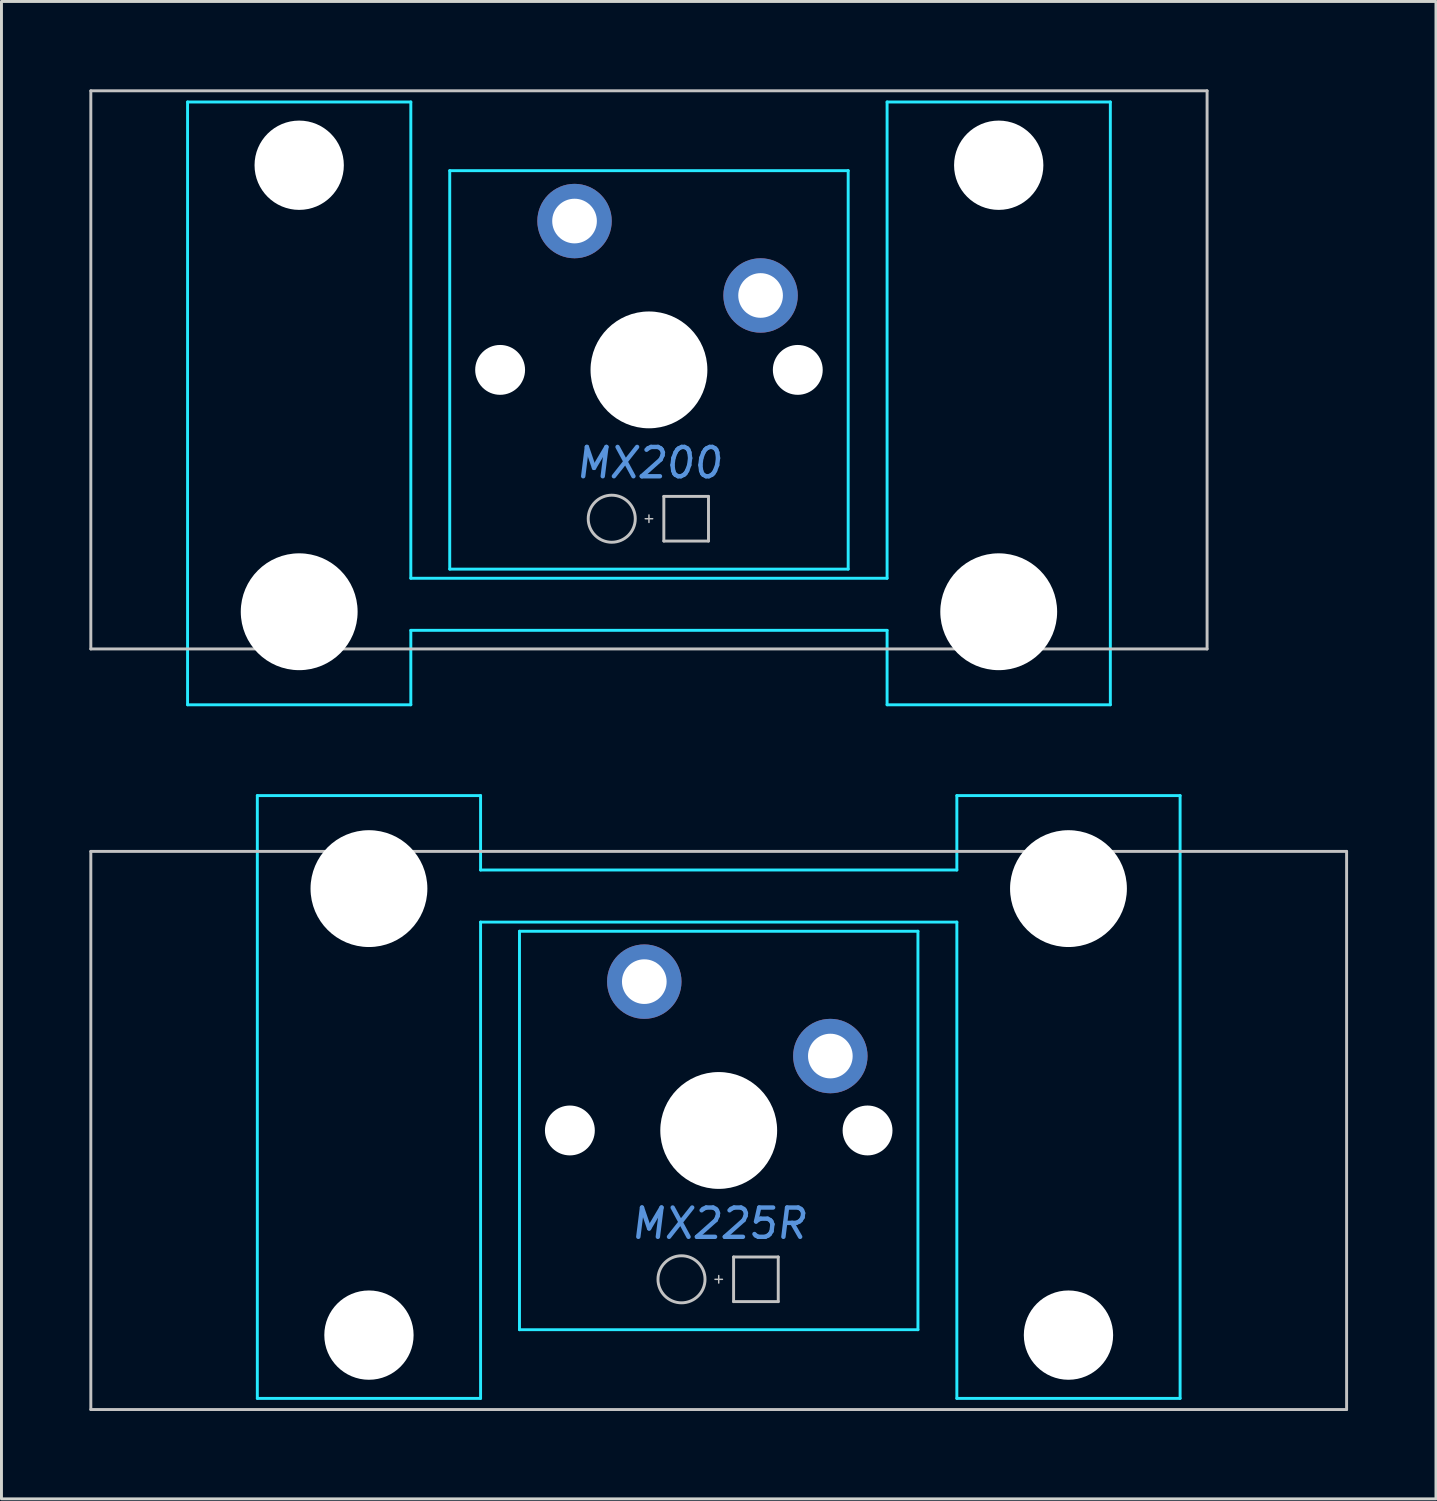
<source format=kicad_pcb>
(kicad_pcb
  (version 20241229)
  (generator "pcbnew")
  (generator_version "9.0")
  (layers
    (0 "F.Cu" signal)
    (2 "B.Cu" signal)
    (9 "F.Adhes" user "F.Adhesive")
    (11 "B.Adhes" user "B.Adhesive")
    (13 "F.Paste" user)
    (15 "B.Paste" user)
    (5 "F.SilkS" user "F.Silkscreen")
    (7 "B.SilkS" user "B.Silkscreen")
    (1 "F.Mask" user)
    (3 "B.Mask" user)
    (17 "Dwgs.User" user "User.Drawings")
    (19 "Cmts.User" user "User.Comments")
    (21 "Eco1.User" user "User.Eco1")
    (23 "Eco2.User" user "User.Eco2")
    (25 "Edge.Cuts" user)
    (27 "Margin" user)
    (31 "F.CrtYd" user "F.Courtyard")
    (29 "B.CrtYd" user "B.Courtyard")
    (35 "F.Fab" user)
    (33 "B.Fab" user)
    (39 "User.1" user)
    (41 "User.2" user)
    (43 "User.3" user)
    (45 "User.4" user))
  (footprint "MX200"
    (layer "F.Cu")
    (at 19.1 9.575)
    (property "Reference" "MX200" (at 0 3.175 0) (layer "Cmts.User") (effects (font (size 1 1) (thickness 0.15) (italic yes))))
    (attr through_hole)
    (fp_line (start -19.05 -9.525) (end -19.05 9.525) (stroke (width 0.1) (type solid)) (layer "Dwgs.User"))
    (fp_line (start -19.05 -9.525) (end 19.05 -9.525) (stroke (width 0.1) (type solid)) (layer "Dwgs.User"))
    (fp_line (start -19.05 9.525) (end 19.05 9.525) (stroke (width 0.1) (type solid)) (layer "Dwgs.User"))
    (fp_line (start -0.127 5.08) (end 0.127 5.08) (stroke (width 0.05) (type solid)) (layer "Dwgs.User"))
    (fp_line (start 0 5.207) (end 0 4.953) (stroke (width 0.05) (type solid)) (layer "Dwgs.User"))
    (fp_line (start 0.508 4.318) (end 0.508 5.842) (stroke (width 0.1) (type solid)) (layer "Dwgs.User"))
    (fp_line (start 0.508 4.318) (end 2.032 4.318) (stroke (width 0.1) (type solid)) (layer "Dwgs.User"))
    (fp_line (start 0.508 5.842) (end 2.032 5.842) (stroke (width 0.1) (type solid)) (layer "Dwgs.User"))
    (fp_line (start 2.032 5.842) (end 2.032 4.318) (stroke (width 0.1) (type solid)) (layer "Dwgs.User"))
    (fp_line (start 19.05 -9.525) (end 19.05 9.525) (stroke (width 0.1) (type solid)) (layer "Dwgs.User"))
    (fp_circle (center -1.27 5.08) (end -0.467 5.08) (stroke (width 0.1) (type solid)) (fill no) (layer "Dwgs.User"))
    (fp_line (start -15.438 -5.485) (end -15.438 8.515) (stroke (width 0.1) (type solid)) (layer "Eco1.User"))
    (fp_line (start -14.938 -5.985) (end -8.938 -5.985) (stroke (width 0.1) (type solid)) (layer "Eco1.User"))
    (fp_line (start -8.938 9.015) (end -14.938 9.015) (stroke (width 0.1) (type solid)) (layer "Eco1.User"))
    (fp_line (start -8.438 8.515) (end -8.438 -5.485) (stroke (width 0.1) (type solid)) (layer "Eco1.User"))
    (fp_line (start -7 -6.5) (end -7 6.5) (stroke (width 0.1) (type solid)) (layer "Eco1.User"))
    (fp_line (start -6.5 7) (end 6.5 7) (stroke (width 0.1) (type solid)) (layer "Eco1.User"))
    (fp_line (start 6.5 -7) (end -6.5 -7) (stroke (width 0.1) (type solid)) (layer "Eco1.User"))
    (fp_line (start 7 6.5) (end 7 -6.5) (stroke (width 0.1) (type solid)) (layer "Eco1.User"))
    (fp_line (start 8.438 -5.485) (end 8.438 8.515) (stroke (width 0.1) (type solid)) (layer "Eco1.User"))
    (fp_line (start 8.938 -5.985) (end 14.938 -5.985) (stroke (width 0.1) (type solid)) (layer "Eco1.User"))
    (fp_line (start 14.938 9.015) (end 8.938 9.015) (stroke (width 0.1) (type solid)) (layer "Eco1.User"))
    (fp_line (start 15.438 8.515) (end 15.438 -5.485) (stroke (width 0.1) (type solid)) (layer "Eco1.User"))
    (fp_arc (start -15.438 -5.485) (mid -15.291553 -5.838553) (end -14.938 -5.985) (stroke (width 0.1) (type solid)) (layer "Eco1.User"))
    (fp_arc (start -14.938 9.015) (mid -15.291553 8.868553) (end -15.438 8.515) (stroke (width 0.1) (type solid)) (layer "Eco1.User"))
    (fp_arc (start -8.938 -5.985) (mid -8.584447 -5.838553) (end -8.438 -5.485) (stroke (width 0.1) (type solid)) (layer "Eco1.User"))
    (fp_arc (start -8.438 8.515) (mid -8.584447 8.868553) (end -8.938 9.015) (stroke (width 0.1) (type solid)) (layer "Eco1.User"))
    (fp_arc (start -7 -6.5) (mid -6.853553 -6.853553) (end -6.5 -7) (stroke (width 0.1) (type solid)) (layer "Eco1.User"))
    (fp_arc (start -6.5 7) (mid -6.853553 6.853553) (end -7 6.5) (stroke (width 0.1) (type solid)) (layer "Eco1.User"))
    (fp_arc (start 6.5 -7) (mid 6.853553 -6.853553) (end 7 -6.5) (stroke (width 0.1) (type solid)) (layer "Eco1.User"))
    (fp_arc (start 7 6.5) (mid 6.853553 6.853553) (end 6.5 7) (stroke (width 0.1) (type solid)) (layer "Eco1.User"))
    (fp_arc (start 8.438 -5.485) (mid 8.584447 -5.838553) (end 8.938 -5.985) (stroke (width 0.1) (type solid)) (layer "Eco1.User"))
    (fp_arc (start 8.938 9.015) (mid 8.584447 8.868553) (end 8.438 8.515) (stroke (width 0.1) (type solid)) (layer "Eco1.User"))
    (fp_arc (start 14.938 -5.985) (mid 15.291553 -5.838553) (end 15.438 -5.485) (stroke (width 0.1) (type solid)) (layer "Eco1.User"))
    (fp_arc (start 15.438 8.515) (mid 15.291553 8.868553) (end 14.938 9.015) (stroke (width 0.1) (type solid)) (layer "Eco1.User"))
    (fp_line (start -15.748 -9.144) (end -8.128 -9.144) (stroke (width 0.1) (type solid)) (layer "B.CrtYd"))
    (fp_line (start -15.748 11.43) (end -15.748 -9.144) (stroke (width 0.1) (type solid)) (layer "B.CrtYd"))
    (fp_line (start -8.128 -9.144) (end -8.128 7.112) (stroke (width 0.1) (type solid)) (layer "B.CrtYd"))
    (fp_line (start -8.128 7.112) (end 8.128 7.112) (stroke (width 0.1) (type solid)) (layer "B.CrtYd"))
    (fp_line (start -8.128 8.89) (end 8.128 8.89) (stroke (width 0.1) (type solid)) (layer "B.CrtYd"))
    (fp_line (start -8.128 11.43) (end -15.748 11.43) (stroke (width 0.1) (type solid)) (layer "B.CrtYd"))
    (fp_line (start -8.128 11.43) (end -8.128 8.89) (stroke (width 0.1) (type solid)) (layer "B.CrtYd"))
    (fp_line (start -6.8 6.8) (end -6.8 -6.8) (stroke (width 0.1) (type solid)) (layer "B.CrtYd"))
    (fp_line (start 6.8 -6.8) (end -6.8 -6.8) (stroke (width 0.1) (type solid)) (layer "B.CrtYd"))
    (fp_line (start 6.8 6.8) (end -6.8 6.8) (stroke (width 0.1) (type solid)) (layer "B.CrtYd"))
    (fp_line (start 6.8 6.8) (end 6.8 -6.8) (stroke (width 0.1) (type solid)) (layer "B.CrtYd"))
    (fp_line (start 8.128 -9.144) (end 8.128 7.112) (stroke (width 0.1) (type solid)) (layer "B.CrtYd"))
    (fp_line (start 8.128 -9.144) (end 15.748 -9.144) (stroke (width 0.1) (type solid)) (layer "B.CrtYd"))
    (fp_line (start 8.128 11.43) (end 8.128 8.89) (stroke (width 0.1) (type solid)) (layer "B.CrtYd"))
    (fp_line (start 15.748 -9.144) (end 15.748 11.43) (stroke (width 0.1) (type solid)) (layer "B.CrtYd"))
    (fp_line (start 15.748 11.43) (end 8.128 11.43) (stroke (width 0.1) (type solid)) (layer "B.CrtYd"))
    (pad "" np_thru_hole circle (at -11.938 -6.985) (size 3.048 3.048) (drill 3.048) (layers "*.Cu" "*.Mask"))
    (pad "" np_thru_hole circle (at -11.938 8.255) (size 3.988 3.988) (drill 3.988) (layers "*.Cu" "*.Mask"))
    (pad "" np_thru_hole circle (at -5.08 0) (size 1.702 1.702) (drill 1.702) (layers "*.Cu" "*.Mask"))
    (pad "" np_thru_hole circle (at 0 0) (size 3.988 3.988) (drill 3.988) (layers "*.Cu" "*.Mask"))
    (pad "" np_thru_hole circle (at 5.08 0) (size 1.702 1.702) (drill 1.702) (layers "*.Cu" "*.Mask"))
    (pad "" np_thru_hole circle (at 11.938 -6.985) (size 3.048 3.048) (drill 3.048) (layers "*.Cu" "*.Mask"))
    (pad "" np_thru_hole circle (at 11.938 8.255) (size 3.988 3.988) (drill 3.988) (layers "*.Cu" "*.Mask"))
    (pad "1" thru_hole circle (at -2.54 -5.08) (size 2.54 2.54) (drill 1.524) (layers "*.Cu" "*.Mask"))
    (pad "2" thru_hole circle (at 3.81 -2.54) (size 2.54 2.54) (drill 1.524) (layers "*.Cu" "*.Mask")))
  (footprint "MX225R"
    (layer "F.Cu")
    (at 21.481 35.535)
    (property "Reference" "MX225R" (at 0 3.175 0) (layer "Cmts.User") (effects (font (size 1 1) (thickness 0.15) (italic yes))))
    (attr through_hole)
    (fp_line (start -21.431 -9.525) (end -21.431 9.525) (stroke (width 0.1) (type solid)) (layer "Dwgs.User"))
    (fp_line (start -21.431 -9.525) (end 21.431 -9.525) (stroke (width 0.1) (type solid)) (layer "Dwgs.User"))
    (fp_line (start -21.431 9.525) (end 21.431 9.525) (stroke (width 0.1) (type solid)) (layer "Dwgs.User"))
    (fp_line (start -0.127 5.08) (end 0.127 5.08) (stroke (width 0.05) (type solid)) (layer "Dwgs.User"))
    (fp_line (start 0 5.207) (end 0 4.953) (stroke (width 0.05) (type solid)) (layer "Dwgs.User"))
    (fp_line (start 0.508 4.318) (end 0.508 5.842) (stroke (width 0.1) (type solid)) (layer "Dwgs.User"))
    (fp_line (start 0.508 4.318) (end 2.032 4.318) (stroke (width 0.1) (type solid)) (layer "Dwgs.User"))
    (fp_line (start 0.508 5.842) (end 2.032 5.842) (stroke (width 0.1) (type solid)) (layer "Dwgs.User"))
    (fp_line (start 2.032 5.842) (end 2.032 4.318) (stroke (width 0.1) (type solid)) (layer "Dwgs.User"))
    (fp_line (start 21.431 -9.525) (end 21.431 9.525) (stroke (width 0.1) (type solid)) (layer "Dwgs.User"))
    (fp_circle (center -1.27 5.08) (end -0.467 5.08) (stroke (width 0.1) (type solid)) (fill no) (layer "Dwgs.User"))
    (fp_line (start -15.438 -8.515) (end -15.438 5.485) (stroke (width 0.1) (type solid)) (layer "Eco1.User"))
    (fp_line (start -14.938 -9.015) (end -8.938 -9.015) (stroke (width 0.1) (type solid)) (layer "Eco1.User"))
    (fp_line (start -8.938 5.985) (end -14.938 5.985) (stroke (width 0.1) (type solid)) (layer "Eco1.User"))
    (fp_line (start -8.438 5.485) (end -8.438 -8.515) (stroke (width 0.1) (type solid)) (layer "Eco1.User"))
    (fp_line (start -7 -6.5) (end -7 6.5) (stroke (width 0.1) (type solid)) (layer "Eco1.User"))
    (fp_line (start -6.5 7) (end 6.5 7) (stroke (width 0.1) (type solid)) (layer "Eco1.User"))
    (fp_line (start 6.5 -7) (end -6.5 -7) (stroke (width 0.1) (type solid)) (layer "Eco1.User"))
    (fp_line (start 7 6.5) (end 7 -6.5) (stroke (width 0.1) (type solid)) (layer "Eco1.User"))
    (fp_line (start 8.438 -8.515) (end 8.438 5.485) (stroke (width 0.1) (type solid)) (layer "Eco1.User"))
    (fp_line (start 8.938 -9.015) (end 14.938 -9.015) (stroke (width 0.1) (type solid)) (layer "Eco1.User"))
    (fp_line (start 14.938 5.985) (end 8.938 5.985) (stroke (width 0.1) (type solid)) (layer "Eco1.User"))
    (fp_line (start 15.438 5.485) (end 15.438 -8.515) (stroke (width 0.1) (type solid)) (layer "Eco1.User"))
    (fp_arc (start -15.438 -8.515) (mid -15.291553 -8.868553) (end -14.938 -9.015) (stroke (width 0.1) (type solid)) (layer "Eco1.User"))
    (fp_arc (start -14.938 5.985) (mid -15.291553 5.838553) (end -15.438 5.485) (stroke (width 0.1) (type solid)) (layer "Eco1.User"))
    (fp_arc (start -8.938 -9.015) (mid -8.584447 -8.868553) (end -8.438 -8.515) (stroke (width 0.1) (type solid)) (layer "Eco1.User"))
    (fp_arc (start -8.438 5.485) (mid -8.584447 5.838553) (end -8.938 5.985) (stroke (width 0.1) (type solid)) (layer "Eco1.User"))
    (fp_arc (start -7 -6.5) (mid -6.853553 -6.853553) (end -6.5 -7) (stroke (width 0.1) (type solid)) (layer "Eco1.User"))
    (fp_arc (start -6.5 7) (mid -6.853553 6.853553) (end -7 6.5) (stroke (width 0.1) (type solid)) (layer "Eco1.User"))
    (fp_arc (start 6.5 -7) (mid 6.853553 -6.853553) (end 7 -6.5) (stroke (width 0.1) (type solid)) (layer "Eco1.User"))
    (fp_arc (start 7 6.5) (mid 6.853553 6.853553) (end 6.5 7) (stroke (width 0.1) (type solid)) (layer "Eco1.User"))
    (fp_arc (start 8.438 -8.515) (mid 8.584447 -8.868553) (end 8.938 -9.015) (stroke (width 0.1) (type solid)) (layer "Eco1.User"))
    (fp_arc (start 8.938 5.985) (mid 8.584447 5.838553) (end 8.438 5.485) (stroke (width 0.1) (type solid)) (layer "Eco1.User"))
    (fp_arc (start 14.938 -9.015) (mid 15.291553 -8.868553) (end 15.438 -8.515) (stroke (width 0.1) (type solid)) (layer "Eco1.User"))
    (fp_arc (start 15.438 5.485) (mid 15.291553 5.838553) (end 14.938 5.985) (stroke (width 0.1) (type solid)) (layer "Eco1.User"))
    (fp_line (start -15.748 -11.43) (end -8.128 -11.43) (stroke (width 0.1) (type solid)) (layer "B.CrtYd"))
    (fp_line (start -15.748 9.144) (end -15.748 -11.43) (stroke (width 0.1) (type solid)) (layer "B.CrtYd"))
    (fp_line (start -8.128 -11.43) (end -8.128 -8.89) (stroke (width 0.1) (type solid)) (layer "B.CrtYd"))
    (fp_line (start -8.128 9.144) (end -15.748 9.144) (stroke (width 0.1) (type solid)) (layer "B.CrtYd"))
    (fp_line (start -8.128 9.144) (end -8.128 -7.112) (stroke (width 0.1) (type solid)) (layer "B.CrtYd"))
    (fp_line (start -6.8 6.8) (end -6.8 -6.8) (stroke (width 0.1) (type solid)) (layer "B.CrtYd"))
    (fp_line (start 6.8 -6.8) (end -6.8 -6.8) (stroke (width 0.1) (type solid)) (layer "B.CrtYd"))
    (fp_line (start 6.8 6.8) (end -6.8 6.8) (stroke (width 0.1) (type solid)) (layer "B.CrtYd"))
    (fp_line (start 6.8 6.8) (end 6.8 -6.8) (stroke (width 0.1) (type solid)) (layer "B.CrtYd"))
    (fp_line (start 8.128 -11.43) (end 8.128 -8.89) (stroke (width 0.1) (type solid)) (layer "B.CrtYd"))
    (fp_line (start 8.128 -11.43) (end 15.748 -11.43) (stroke (width 0.1) (type solid)) (layer "B.CrtYd"))
    (fp_line (start 8.128 -8.89) (end -8.128 -8.89) (stroke (width 0.1) (type solid)) (layer "B.CrtYd"))
    (fp_line (start 8.128 -7.112) (end -8.128 -7.112) (stroke (width 0.1) (type solid)) (layer "B.CrtYd"))
    (fp_line (start 8.128 9.144) (end 8.128 -7.112) (stroke (width 0.1) (type solid)) (layer "B.CrtYd"))
    (fp_line (start 15.748 -11.43) (end 15.748 9.144) (stroke (width 0.1) (type solid)) (layer "B.CrtYd"))
    (fp_line (start 15.748 9.144) (end 8.128 9.144) (stroke (width 0.1) (type solid)) (layer "B.CrtYd"))
    (pad "" np_thru_hole circle (at -11.938 -8.255 180) (size 3.988 3.988) (drill 3.988) (layers "*.Cu" "*.Mask"))
    (pad "" np_thru_hole circle (at -11.938 6.985 180) (size 3.048 3.048) (drill 3.048) (layers "*.Cu" "*.Mask"))
    (pad "" np_thru_hole circle (at -5.08 0) (size 1.702 1.702) (drill 1.702) (layers "*.Cu" "*.Mask"))
    (pad "" np_thru_hole circle (at 0 0) (size 3.988 3.988) (drill 3.988) (layers "*.Cu" "*.Mask"))
    (pad "" np_thru_hole circle (at 5.08 0) (size 1.702 1.702) (drill 1.702) (layers "*.Cu" "*.Mask"))
    (pad "" np_thru_hole circle (at 11.938 -8.255 180) (size 3.988 3.988) (drill 3.988) (layers "*.Cu" "*.Mask"))
    (pad "" np_thru_hole circle (at 11.938 6.985 180) (size 3.048 3.048) (drill 3.048) (layers "*.Cu" "*.Mask"))
    (pad "1" thru_hole circle (at -2.54 -5.08) (size 2.54 2.54) (drill 1.524) (layers "*.Cu" "*.Mask"))
    (pad "2" thru_hole circle (at 3.81 -2.54) (size 2.54 2.54) (drill 1.524) (layers "*.Cu" "*.Mask")))
  (gr_rect
    (start -3 -3)
    (end 45.962 48.11)
    (stroke (width 0.1) (type default))
    (fill no)
    (layer "Edge.Cuts")))
</source>
